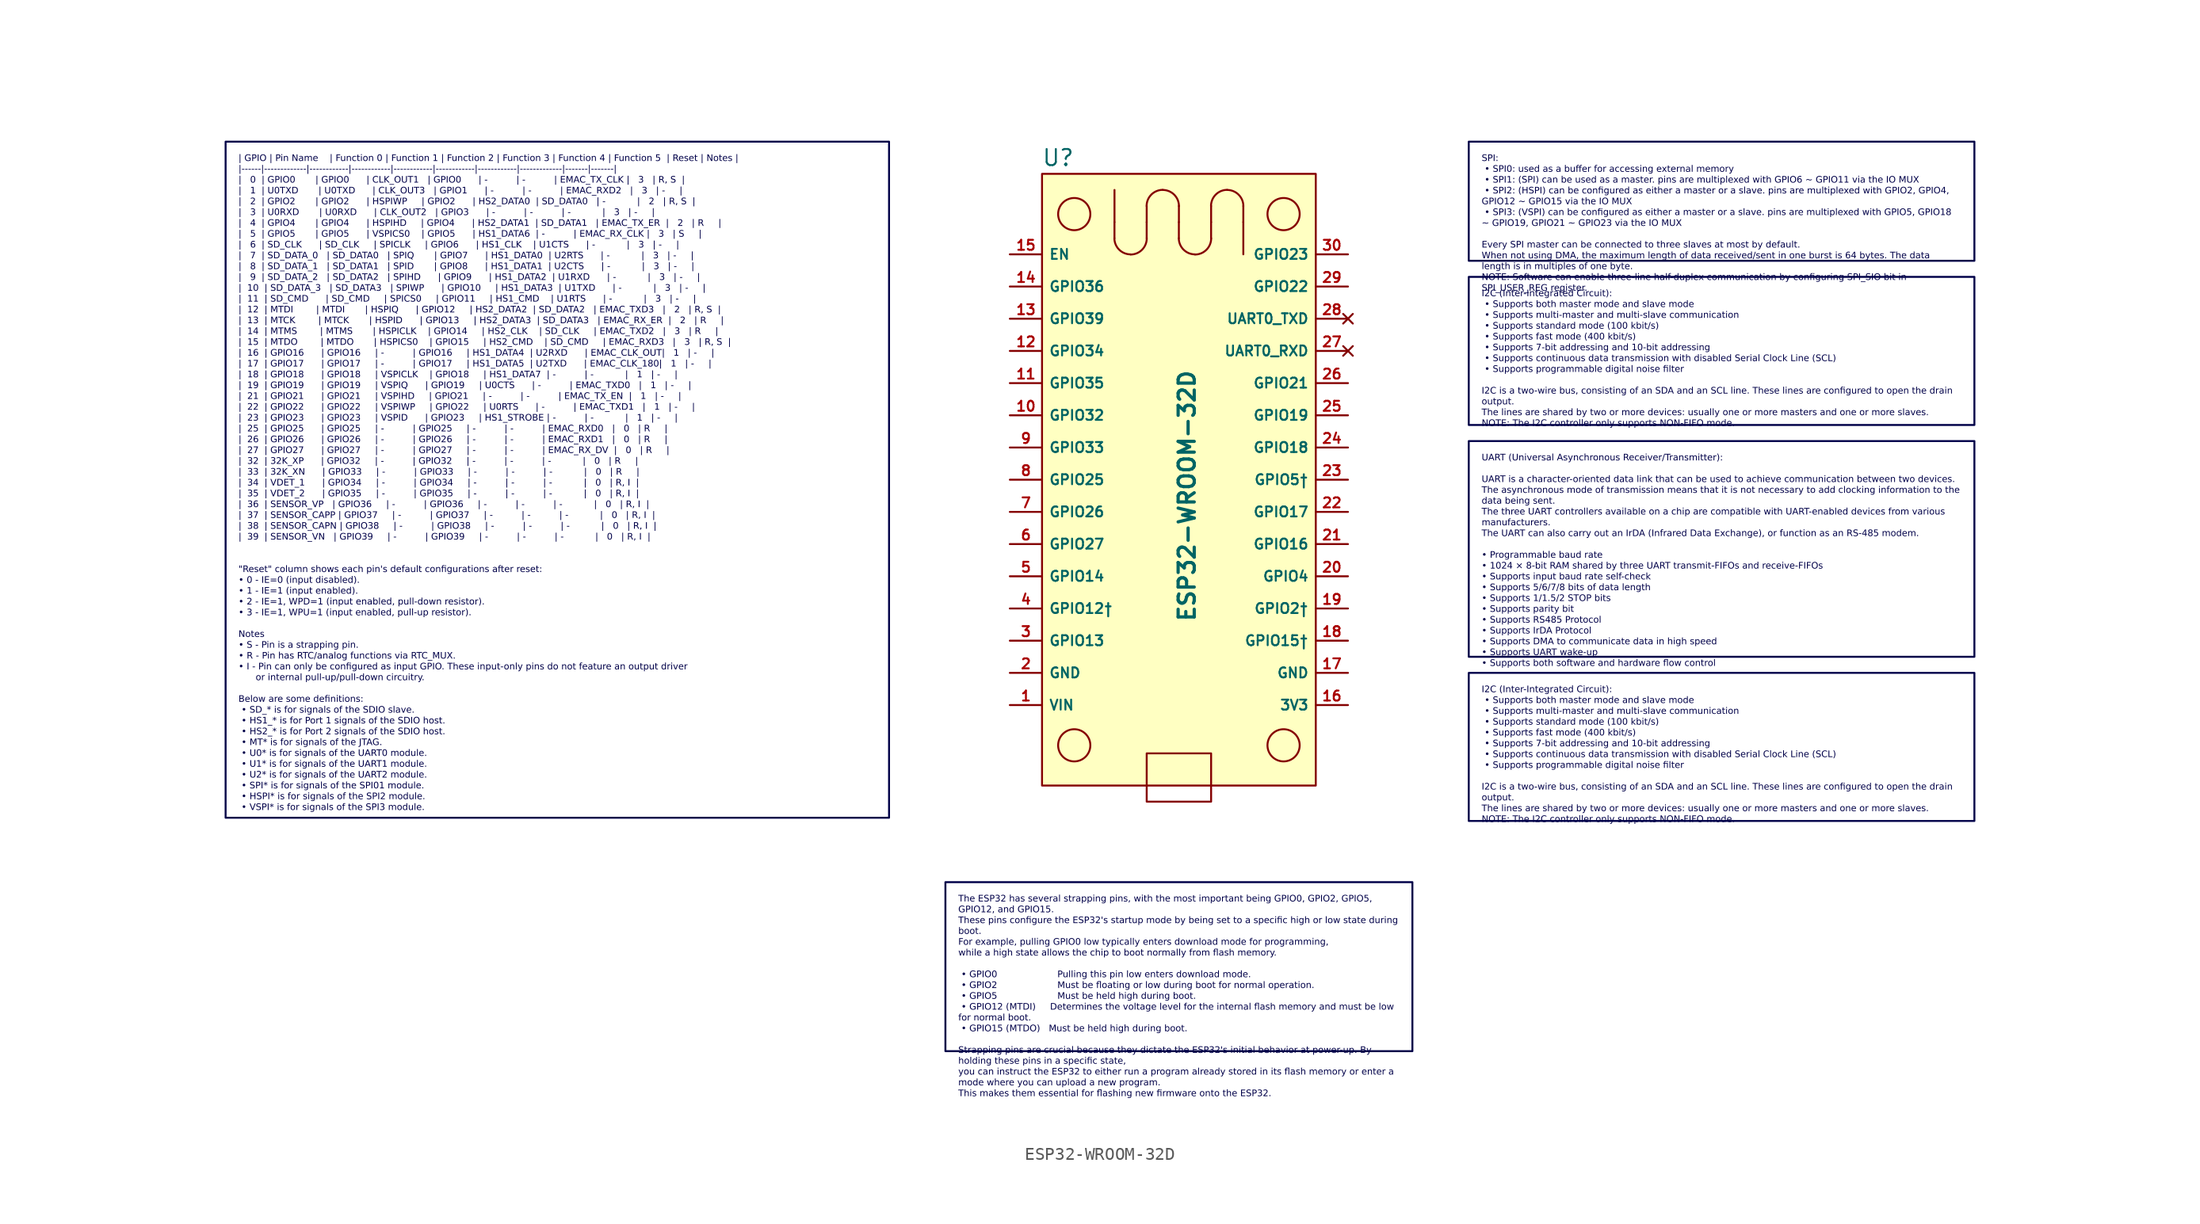
<source format=kicad_sym>
(kicad_symbol_lib
  (version 20241209)
  (generator "kicad_symbol_editor")
  (generator_version "9.0")
  (symbol "ESP32-WROOM-32D"
    (property "Reference" "U"
      (at -9.525 25.4 0)
      (effects (font (size 1.27 1.27))))
    (property "Value" "ESP32-WROOM-32D"
      (at 0.635 -1.27 90)
      (effects (font (size 1.27 1.27) (thickness 0.254) (bold yes))))
    (symbol "ESP32-WROOM-32D_0_1"
      (circle (center -8.255 20.955) (radius 1.27) (stroke (width 0) (type default)) (fill (type none)))
      (circle (center -8.255 -20.955) (radius 1.27) (stroke (width 0) (type default)) (fill (type none)))
      (polyline (pts (xy -5.082 19.047) (xy -5.082 20.317)) (stroke (width 0) (type default)) (fill (type none)))
      (polyline (pts (xy -5.08 20.32) (xy -5.08 22.86)) (stroke (width 0) (type default)) (fill (type none)))
      (arc (start -2.535 19.04) (mid -2.9092 18.1442) (end -3.805 17.77) (stroke (width 0) (type default)) (fill (type none)))
      (arc (start -3.8125 17.7775) (mid -4.7098 18.1502) (end -5.0825 19.0475) (stroke (width 0) (type default)) (fill (type none)))
      (polyline (pts (xy -2.542 19.047) (xy -2.542 20.317)) (stroke (width 0) (type default)) (fill (type none)))
      (polyline (pts (xy -2.54 21.59) (xy -2.54 20.32)) (stroke (width 0) (type default)) (fill (type none)))
      (arc (start -1.27 22.86) (mid -0.3727 22.4873) (end 0 21.59) (stroke (width 0) (type default)) (fill (type none)))
      (arc (start -2.5475 21.5975) (mid -2.1733 22.4933) (end -1.2775 22.8675) (stroke (width 0) (type default)) (fill (type none)))
      (polyline (pts (xy -0.003 19.047) (xy -0.003 20.317)) (stroke (width 0) (type default)) (fill (type none)))
      (polyline (pts (xy 0 21.59) (xy 0 20.32)) (stroke (width 0) (type default)) (fill (type none)))
      (arc (start 2.545 19.04) (mid 2.1708 18.1442) (end 1.275 17.77) (stroke (width 0) (type default)) (fill (type none)))
      (arc (start 1.2675 17.7775) (mid 0.3702 18.1502) (end -0.0025 19.0475) (stroke (width 0) (type default)) (fill (type none)))
      (polyline (pts (xy 2.538 19.047) (xy 2.538 20.317)) (stroke (width 0) (type default)) (fill (type none)))
      (polyline (pts (xy 2.54 21.59) (xy 2.54 20.32)) (stroke (width 0) (type default)) (fill (type none)))
      (rectangle (start 2.54 -21.59) (end -2.54 -25.4) (stroke (width 0) (type default)) (fill (type none)))
      (arc (start 3.81 22.86) (mid 4.7073 22.4873) (end 5.08 21.59) (stroke (width 0) (type default)) (fill (type none)))
      (arc (start 2.5325 21.5975) (mid 2.9067 22.4933) (end 3.8025 22.8675) (stroke (width 0) (type default)) (fill (type none)))
      (polyline (pts (xy 5.08 21.59) (xy 5.08 20.32)) (stroke (width 0) (type default)) (fill (type none)))
      (polyline (pts (xy 5.08 20.32) (xy 5.08 17.78)) (stroke (width 0) (type default)) (fill (type none)))
      (circle (center 8.255 20.955) (radius 1.27) (stroke (width 0) (type default)) (fill (type none)))
      (circle (center 8.255 -20.955) (radius 1.27) (stroke (width 0) (type default)) (fill (type none))))
    (symbol "ESP32-WROOM-32D_1_1"
      (rectangle (start -10.795 24.13) (end 10.795 -24.13) (stroke (width 0) (type solid)) (fill (type color) (color 255 255 194 1)))
      (text_box "| GPIO | Pin Name    | Function 0 | Function 1 | Function 2 | Function 3 | Function 4 | Function 5  | Reset | Notes |\n|------|-------------|------------|------------|------------|------------|------------|-------------|-------|-------|\n|   0  | GPIO0       | GPIO0      | CLK_OUT1   | GPIO0      | -          | -          | EMAC_TX_CLK |   3   | R, S  |\n|   1  | U0TXD       | U0TXD      | CLK_OUT3   | GPIO1      | -          | -          | EMAC_RXD2   |   3   | -     |\n|   2  | GPIO2       | GPIO2      | HSPIWP     | GPIO2      | HS2_DATA0  | SD_DATA0   | -           |   2   | R, S  |\n|   3  | U0RXD       | U0RXD      | CLK_OUT2   | GPIO3      | -          | -          | -           |   3   | -     |\n|   4  | GPIO4       | GPIO4      | HSPIHD     | GPIO4      | HS2_DATA1  | SD_DATA1   | EMAC_TX_ER  |   2   | R     |\n|   5  | GPIO5       | GPIO5      | VSPICS0    | GPIO5      | HS1_DATA6  | -          | EMAC_RX_CLK |   3   | S     |\n|   6  | SD_CLK      | SD_CLK     | SPICLK     | GPIO6      | HS1_CLK    | U1CTS      | -           |   3   | -     |\n|   7  | SD_DATA_0   | SD_DATA0   | SPIQ       | GPIO7      | HS1_DATA0  | U2RTS      | -           |   3   | -     |\n|   8  | SD_DATA_1   | SD_DATA1   | SPID       | GPIO8      | HS1_DATA1  | U2CTS      | -           |   3   | -     |\n|   9  | SD_DATA_2   | SD_DATA2   | SPIHD      | GPIO9      | HS1_DATA2  | U1RXD      | -           |   3   | -     |\n|  10  | SD_DATA_3   | SD_DATA3   | SPIWP      | GPIO10     | HS1_DATA3  | U1TXD      | -           |   3   | -     |\n|  11  | SD_CMD      | SD_CMD     | SPICS0     | GPIO11     | HS1_CMD    | U1RTS      | -           |   3   | -     |\n|  12  | MTDI        | MTDI       | HSPIQ      | GPIO12     | HS2_DATA2  | SD_DATA2   | EMAC_TXD3   |   2   | R, S  |\n|  13  | MTCK        | MTCK       | HSPID      | GPIO13     | HS2_DATA3  | SD_DATA3   | EMAC_RX_ER  |   2   | R     |\n|  14  | MTMS        | MTMS       | HSPICLK    | GPIO14     | HS2_CLK    | SD_CLK     | EMAC_TXD2   |   3   | R     |\n|  15  | MTDO        | MTDO       | HSPICS0    | GPIO15     | HS2_CMD    | SD_CMD     | EMAC_RXD3   |   3   | R, S  |\n|  16  | GPIO16      | GPIO16     | -          | GPIO16     | HS1_DATA4  | U2RXD      | EMAC_CLK_OUT|   1   | -     |\n|  17  | GPIO17      | GPIO17     | -          | GPIO17     | HS1_DATA5  | U2TXD      | EMAC_CLK_180|   1   | -     |\n|  18  | GPIO18      | GPIO18     | VSPICLK    | GPIO18     | HS1_DATA7  | -          | -           |   1   | -     |\n|  19  | GPIO19      | GPIO19     | VSPIQ      | GPIO19     | U0CTS      | -          | EMAC_TXD0   |   1   | -     |\n|  21  | GPIO21      | GPIO21     | VSPIHD     | GPIO21     | -          | -          | EMAC_TX_EN  |   1   | -     |\n|  22  | GPIO22      | GPIO22     | VSPIWP     | GPIO22     | U0RTS      | -          | EMAC_TXD1   |   1   | -     |\n|  23  | GPIO23      | GPIO23     | VSPID      | GPIO23     | HS1_STROBE | -          | -           |   1   | -     |\n|  25  | GPIO25      | GPIO25     | -          | GPIO25     | -          | -          | EMAC_RXD0   |   0   | R     |\n|  26  | GPIO26      | GPIO26     | -          | GPIO26     | -          | -          | EMAC_RXD1   |   0   | R     |\n|  27  | GPIO27      | GPIO27     | -          | GPIO27     | -          | -          | EMAC_RX_DV  |   0   | R     |\n|  32  | 32K_XP      | GPIO32     | -          | GPIO32     | -          | -          | -           |   0   | R     |\n|  33  | 32K_XN      | GPIO33     | -          | GPIO33     | -          | -          | -           |   0   | R     |\n|  34  | VDET_1      | GPIO34     | -          | GPIO34     | -          | -          | -           |   0   | R, I  |\n|  35  | VDET_2      | GPIO35     | -          | GPIO35     | -          | -          | -           |   0   | R, I  |\n|  36  | SENSOR_VP   | GPIO36     | -          | GPIO36     | -          | -          | -           |   0   | R, I  |\n|  37  | SENSOR_CAPP | GPIO37     | -          | GPIO37     | -          | -          | -           |   0   | R, I  |\n|  38  | SENSOR_CAPN | GPIO38     | -          | GPIO38     | -          | -          | -           |   0   | R, I  |\n|  39  | SENSOR_VN   | GPIO39     | -          | GPIO39     | -          | -          | -           |   0   | R, I  |\n\n\n\"Reset\" column shows each pin's default configurations after reset:\n• 0 - IE=0 (input disabled).\n• 1 - IE=1 (input enabled).\n• 2 - IE=1, WPD=1 (input enabled, pull-down resistor).\n• 3 - IE=1, WPU=1 (input enabled, pull-up resistor).\n\nNotes\n• S - Pin is a strapping pin.\n• R - Pin has RTC/analog functions via RTC_MUX.\n• I - Pin can only be configured as input GPIO. These input-only pins do not feature an output driver\n      or internal pull-up/pull-down circuitry.\n\nBelow are some definitions:\n • SD_* is for signals of the SDIO slave.\n • HS1_* is for Port 1 signals of the SDIO host.\n • HS2_* is for Port 2 signals of the SDIO host.\n • MT* is for signals of the JTAG.\n • U0* is for signals of the UART0 module.\n • U1* is for signals of the UART1 module.\n • U2* is for signals of the UART2 module.\n • SPI* is for signals of the SPI01 module.\n • HSPI* is for signals of the SPI2 module.\n • VSPI* is for signals of the SPI3 module." (at -75.184 26.67 0) (size 52.324 -53.34) (margins 1.016 1.016 1.016 1.016) (stroke (width 0) (type solid) (color 0 0 72 1)) (fill (type color) (color 255 255 255 1)) (effects (font (face "Source Code Pro") (size 0.508 0.508) (color 0 0 72 1)) (justify left top)))
      (text_box "The ESP32 has several strapping pins, with the most important being GPIO0, GPIO2, GPIO5, GPIO12, and GPIO15.\nThese pins configure the ESP32's startup mode by being set to a specific high or low state during boot.\nFor example, pulling GPIO0 low typically enters download mode for programming,\nwhile a high state allows the chip to boot normally from flash memory. \n\n • GPIO0                     Pulling this pin low enters download mode. \n • GPIO2                     Must be floating or low during boot for normal operation. \n • GPIO5                     Must be held high during boot. \n • GPIO12 (MTDI)     Determines the voltage level for the internal flash memory and must be low for normal boot. \n • GPIO15 (MTDO)   Must be held high during boot. \n\nStrapping pins are crucial because they dictate the ESP32's initial behavior at power-up. By holding these pins in a specific state, \nyou can instruct the ESP32 to either run a program already stored in its flash memory or enter a mode where you can upload a new program.\nThis makes them essential for flashing new firmware onto the ESP32. " (at -18.415 -31.75 0) (size 36.83 -13.335) (margins 1.016 1.016 1.016 1.016) (stroke (width 0) (type solid) (color 0 0 72 1)) (fill (type color) (color 255 255 255 1)) (effects (font (face "Avenir Next Condensed") (size 0.508 0.508) (color 0 0 72 1)) (justify left top)))
      (text_box "SPI:\n • SPI0: used as a buffer for accessing external memory\n • SPI1: (SPI) can be used as a master. pins are multiplexed with GPIO6 ~ GPIO11 via the IO MUX\n • SPI2: (HSPI) can be configured as either a master or a slave. pins are multiplexed with GPIO2, GPIO4, GPIO12 ~ GPIO15 via the IO MUX\n • SPI3: (VSPI) can be configured as either a master or a slave. pins are multiplexed with GPIO5, GPIO18 ~ GPIO19, GPIO21 ~ GPIO23 via the IO MUX\n\nEvery SPI master can be connected to three slaves at most by default.\nWhen not using DMA, the maximum length of data received/sent in one burst is 64 bytes. The data length is in multiples of one byte.\nNOTE: Software can enable three-line half-duplex communication by configuring SPI_SIO bit in SPI_USER_REG register." (at 22.86 26.67 0) (size 39.878 -9.398) (margins 1.016 1.016 1.016 1.016) (stroke (width 0) (type solid) (color 0 0 72 1)) (fill (type color) (color 255 255 255 1)) (effects (font (face "Avenir Next Condensed") (size 0.508 0.508) (color 0 0 72 1)) (justify left top)))
      (text_box "I2C (Inter-Integrated Circuit):\n • Supports both master mode and slave mode\n • Supports multi-master and multi-slave communication\n • Supports standard mode (100 kbit/s)\n • Supports fast mode (400 kbit/s)\n • Supports 7-bit addressing and 10-bit addressing\n • Supports continuous data transmission with disabled Serial Clock Line (SCL)\n • Supports programmable digital noise filter\n\nI2C is a two-wire bus, consisting of an SDA and an SCL line. These lines are configured to open the drain output.\nThe lines are shared by two or more devices: usually one or more masters and one or more slaves.\nNOTE: The I2C controller only supports NON-FIFO mode." (at 22.86 16.002 0) (size 39.878 -11.684) (margins 1.016 1.016 1.016 1.016) (stroke (width 0) (type solid) (color 0 0 72 1)) (fill (type color) (color 255 255 255 1)) (effects (font (face "Avenir Next Condensed") (size 0.508 0.508) (color 0 0 72 1)) (justify left top)))
      (text_box "UART (Universal Asynchronous Receiver/Transmitter):\n\nUART is a character-oriented data link that can be used to achieve communication between two devices.\nThe asynchronous mode of transmission means that it is not necessary to add clocking information to the data being sent.\nThe three UART controllers available on a chip are compatible with UART-enabled devices from various manufacturers.\nThe UART can also carry out an IrDA (Infrared Data Exchange), or function as an RS-485 modem.\n\n• Programmable baud rate\n• 1024 × 8-bit RAM shared by three UART transmit-FIFOs and receive-FIFOs\n• Supports input baud rate self-check\n• Supports 5/6/7/8 bits of data length\n• Supports 1/1.5/2 STOP bits\n• Supports parity bit\n• Supports RS485 Protocol\n• Supports IrDA Protocol\n• Supports DMA to communicate data in high speed\n• Supports UART wake-up\n• Supports both software and hardware flow control" (at 22.86 3.048 0) (size 39.878 -17.018) (margins 1.016 1.016 1.016 1.016) (stroke (width 0) (type solid) (color 0 0 72 1)) (fill (type color) (color 255 255 255 1)) (effects (font (face "Avenir Next Condensed") (size 0.508 0.508) (color 0 0 72 1)) (justify left top)))
      (text_box "I2C (Inter-Integrated Circuit):\n • Supports both master mode and slave mode\n • Supports multi-master and multi-slave communication\n • Supports standard mode (100 kbit/s)\n • Supports fast mode (400 kbit/s)\n • Supports 7-bit addressing and 10-bit addressing\n • Supports continuous data transmission with disabled Serial Clock Line (SCL)\n • Supports programmable digital noise filter\n\nI2C is a two-wire bus, consisting of an SDA and an SCL line. These lines are configured to open the drain output.\nThe lines are shared by two or more devices: usually one or more masters and one or more slaves.\nNOTE: The I2C controller only supports NON-FIFO mode." (at 22.86 -15.24 0) (size 39.878 -11.684) (margins 1.016 1.016 1.016 1.016) (stroke (width 0) (type solid) (color 0 0 72 1)) (fill (type color) (color 255 255 255 1)) (effects (font (face "Avenir Next Condensed") (size 0.508 0.508) (color 0 0 72 1)) (justify left top)))
      (pin bidirectional line (at -13.335 17.78 0) (length 2.54) (name "EN" (effects (font (size 0.787 0.787)))) (number "15" (effects (font (size 0.787 0.787)))) (alternate "Reset" input line))
      (pin input line (at -13.335 15.24 0) (length 2.54) (name "GPIO36" (effects (font (size 0.787 0.787)))) (number "14" (effects (font (size 0.787 0.787)))))
      (pin input line (at -13.335 12.7 0) (length 2.54) (name "GPIO39" (effects (font (size 0.787 0.787)))) (number "13" (effects (font (size 0.787 0.787)))))
      (pin input line (at -13.335 10.16 0) (length 2.54) (name "GPIO34" (effects (font (size 0.787 0.787)))) (number "12" (effects (font (size 0.787 0.787)))))
      (pin input line (at -13.335 7.62 0) (length 2.54) (name "GPIO35" (effects (font (size 0.787 0.787)))) (number "11" (effects (font (size 0.787 0.787)))))
      (pin bidirectional line (at -13.335 5.08 0) (length 2.54) (name "GPIO32" (effects (font (size 0.787 0.787)))) (number "10" (effects (font (size 0.787 0.787)))) (alternate "32K_XP" input line))
      (pin bidirectional line (at -13.335 2.54 0) (length 2.54) (name "GPIO33" (effects (font (size 0.787 0.787)))) (number "9" (effects (font (size 0.787 0.787)))) (alternate "32K_XN" bidirectional line))
      (pin bidirectional line (at -13.335 0 0) (length 2.54) (name "GPIO25" (effects (font (size 0.787 0.787)))) (number "8" (effects (font (size 0.787 0.787)))) (alternate "DAC1" bidirectional line))
      (pin bidirectional line (at -13.335 -2.54 0) (length 2.54) (name "GPIO26" (effects (font (size 0.787 0.787)))) (number "7" (effects (font (size 0.787 0.787)))) (alternate "DAC2" bidirectional line))
      (pin bidirectional line (at -13.335 -5.08 0) (length 2.54) (name "GPIO27" (effects (font (size 0.787 0.787)))) (number "6" (effects (font (size 0.787 0.787)))))
      (pin bidirectional line (at -13.335 -7.62 0) (length 2.54) (name "GPIO14" (effects (font (size 0.787 0.787)))) (number "5" (effects (font (size 0.787 0.787)))) (alternate "HSPI CLK" bidirectional line) (alternate "JTAG" passive line))
      (pin bidirectional line (at -13.335 -10.16 0) (length 2.54) (name "GPIO12†" (effects (font (size 0.787 0.787)))) (number "4" (effects (font (size 0.787 0.787)))) (alternate "HSPI MISO" bidirectional line) (alternate "JTAG" passive line) (alternate "MTDI†" bidirectional line))
      (pin bidirectional line (at -13.335 -12.7 0) (length 2.54) (name "GPIO13" (effects (font (size 0.787 0.787)))) (number "3" (effects (font (size 0.787 0.787)))) (alternate "HSPI MOSI" bidirectional line))
      (pin power_in line (at -13.335 -15.24 0) (length 2.54) (name "GND" (effects (font (size 0.787 0.787)))) (number "2" (effects (font (size 0.787 0.787)))))
      (pin power_in line (at -13.335 -17.78 0) (length 2.54) (name "VIN" (effects (font (size 0.787 0.787)))) (number "1" (effects (font (size 0.787 0.787)))))
      (pin bidirectional line (at 13.335 17.78 180) (length 2.54) (name "GPIO23" (effects (font (size 0.787 0.787)))) (number "30" (effects (font (size 0.787 0.787)))) (alternate "VSPI MOSI" bidirectional line))
      (pin bidirectional line (at 13.335 15.24 180) (length 2.54) (name "GPIO22" (effects (font (size 0.787 0.787)))) (number "29" (effects (font (size 0.787 0.787)))) (alternate "I2C SCL" bidirectional line))
      (pin no_connect line (at 13.335 12.7 180) (length 2.54) (name "UART0_TXD" (effects (font (size 0.787 0.787)))) (number "28" (effects (font (size 0.787 0.787)))) (alternate "GPIO1" bidirectional line))
      (pin no_connect line (at 13.335 10.16 180) (length 2.54) (name "UART0_RXD" (effects (font (size 0.787 0.787)))) (number "27" (effects (font (size 0.787 0.787)))) (alternate "GPIO3" bidirectional line))
      (pin bidirectional line (at 13.335 7.62 180) (length 2.54) (name "GPIO21" (effects (font (size 0.787 0.787)))) (number "26" (effects (font (size 0.787 0.787)))) (alternate "I2C SDA" bidirectional line))
      (pin bidirectional line (at 13.335 5.08 180) (length 2.54) (name "GPIO19" (effects (font (size 0.787 0.787)))) (number "25" (effects (font (size 0.787 0.787)))) (alternate "VSPI MISO" bidirectional line))
      (pin bidirectional line (at 13.335 2.54 180) (length 2.54) (name "GPIO18" (effects (font (size 0.787 0.787)))) (number "24" (effects (font (size 0.787 0.787)))) (alternate "VSPI CLK" bidirectional line))
      (pin bidirectional line (at 13.335 0 180) (length 2.54) (name "GPIO5†" (effects (font (size 0.787 0.787)))) (number "23" (effects (font (size 0.787 0.787)))) (alternate "VSPI CS0" bidirectional line))
      (pin bidirectional line (at 13.335 -2.54 180) (length 2.54) (name "GPIO17" (effects (font (size 0.787 0.787)))) (number "22" (effects (font (size 0.787 0.787)))))
      (pin bidirectional line (at 13.335 -5.08 180) (length 2.54) (name "GPIO16" (effects (font (size 0.787 0.787)))) (number "21" (effects (font (size 0.787 0.787)))) (alternate "JTAG" passive line))
      (pin bidirectional line (at 13.335 -7.62 180) (length 2.54) (name "GPIO4" (effects (font (size 0.787 0.787)))) (number "20" (effects (font (size 0.787 0.787)))))
      (pin bidirectional line (at 13.335 -10.16 180) (length 2.54) (name "GPIO2†" (effects (font (size 0.787 0.787)))) (number "19" (effects (font (size 0.787 0.787)))))
      (pin bidirectional line (at 13.335 -12.7 180) (length 2.54) (name "GPIO15†" (effects (font (size 0.787 0.787)))) (number "18" (effects (font (size 0.787 0.787)))) (alternate "HSPI CS0" bidirectional line) (alternate "JTAG" passive line) (alternate "MTDO†" bidirectional line))
      (pin power_out line (at 13.335 -15.24 180) (length 2.54) (name "GND" (effects (font (size 0.787 0.787)))) (number "17" (effects (font (size 0.787 0.787)))))
      (pin power_out line (at 13.335 -17.78 180) (length 2.54) (name "3V3" (effects (font (size 0.787 0.787)))) (number "16" (effects (font (size 0.787 0.787)))) (alternate "3.3v" power_in line)))))
</source>
